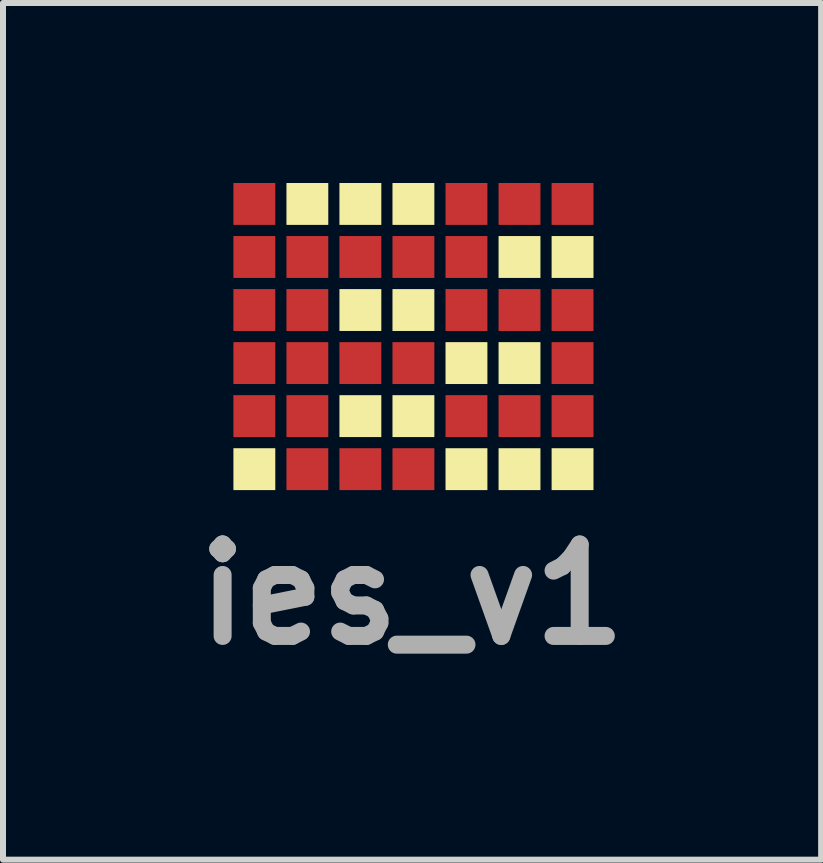
<source format=kicad_pcb>
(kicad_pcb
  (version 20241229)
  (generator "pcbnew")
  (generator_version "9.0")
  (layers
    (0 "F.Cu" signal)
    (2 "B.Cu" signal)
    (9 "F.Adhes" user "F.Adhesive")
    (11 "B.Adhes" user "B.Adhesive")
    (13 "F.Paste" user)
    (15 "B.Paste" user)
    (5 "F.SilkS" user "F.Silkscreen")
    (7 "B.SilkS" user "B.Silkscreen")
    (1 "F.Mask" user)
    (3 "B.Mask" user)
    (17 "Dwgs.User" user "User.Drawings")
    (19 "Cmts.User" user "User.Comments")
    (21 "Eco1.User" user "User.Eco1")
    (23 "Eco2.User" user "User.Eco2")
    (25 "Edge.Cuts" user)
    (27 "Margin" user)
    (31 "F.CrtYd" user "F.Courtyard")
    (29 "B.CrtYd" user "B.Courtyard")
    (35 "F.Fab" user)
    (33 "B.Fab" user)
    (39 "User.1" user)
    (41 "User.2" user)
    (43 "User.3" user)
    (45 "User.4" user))
  (footprint "ies_v1"
    (layer "F.Cu")
    (at 3.817 2.559)
    (property "Reference" "ies_v1" (at 0 4.3 0) (layer "F.Fab") (effects (font (size 1.524 1.524) (thickness 0.3))))
    (attr board_only exclude_from_pos_files exclude_from_bom)
    (fp_poly (pts (xy -2.279 -1.861) (xy -2.977 -1.861) (xy -2.977 -2.559) (xy -2.279 -2.559)) (stroke (width 0) (type solid)) (fill yes) (layer "F.Cu"))
    (fp_poly (pts (xy -2.279 -0.977) (xy -2.977 -0.977) (xy -2.977 -1.675) (xy -2.279 -1.675)) (stroke (width 0) (type solid)) (fill yes) (layer "F.Cu"))
    (fp_poly (pts (xy -2.279 -0.093) (xy -2.977 -0.093) (xy -2.977 -0.791) (xy -2.279 -0.791)) (stroke (width 0) (type solid)) (fill yes) (layer "F.Cu"))
    (fp_poly (pts (xy -2.279 0.791) (xy -2.977 0.791) (xy -2.977 0.093) (xy -2.279 0.093)) (stroke (width 0) (type solid)) (fill yes) (layer "F.Cu"))
    (fp_poly (pts (xy -2.279 1.675) (xy -2.977 1.675) (xy -2.977 0.977) (xy -2.279 0.977)) (stroke (width 0) (type solid)) (fill yes) (layer "F.Cu"))
    (fp_poly (pts (xy -1.396 -0.977) (xy -2.093 -0.977) (xy -2.093 -1.675) (xy -1.396 -1.675)) (stroke (width 0) (type solid)) (fill yes) (layer "F.Cu"))
    (fp_poly (pts (xy -1.396 -0.093) (xy -2.093 -0.093) (xy -2.093 -0.791) (xy -1.396 -0.791)) (stroke (width 0) (type solid)) (fill yes) (layer "F.Cu"))
    (fp_poly (pts (xy -1.396 0.791) (xy -2.093 0.791) (xy -2.093 0.093) (xy -1.396 0.093)) (stroke (width 0) (type solid)) (fill yes) (layer "F.Cu"))
    (fp_poly (pts (xy -1.396 1.675) (xy -2.093 1.675) (xy -2.093 0.977) (xy -1.396 0.977)) (stroke (width 0) (type solid)) (fill yes) (layer "F.Cu"))
    (fp_poly (pts (xy -1.396 2.559) (xy -2.093 2.559) (xy -2.093 1.861) (xy -1.396 1.861)) (stroke (width 0) (type solid)) (fill yes) (layer "F.Cu"))
    (fp_poly (pts (xy -0.512 -0.977) (xy -1.21 -0.977) (xy -1.21 -1.675) (xy -0.512 -1.675)) (stroke (width 0) (type solid)) (fill yes) (layer "F.Cu"))
    (fp_poly (pts (xy -0.512 0.791) (xy -1.21 0.791) (xy -1.21 0.093) (xy -0.512 0.093)) (stroke (width 0) (type solid)) (fill yes) (layer "F.Cu"))
    (fp_poly (pts (xy -0.512 2.559) (xy -1.21 2.559) (xy -1.21 1.861) (xy -0.512 1.861)) (stroke (width 0) (type solid)) (fill yes) (layer "F.Cu"))
    (fp_poly (pts (xy 0.372 -0.977) (xy -0.326 -0.977) (xy -0.326 -1.675) (xy 0.372 -1.675)) (stroke (width 0) (type solid)) (fill yes) (layer "F.Cu"))
    (fp_poly (pts (xy 0.372 0.791) (xy -0.326 0.791) (xy -0.326 0.093) (xy 0.372 0.093)) (stroke (width 0) (type solid)) (fill yes) (layer "F.Cu"))
    (fp_poly (pts (xy 0.372 2.559) (xy -0.326 2.559) (xy -0.326 1.861) (xy 0.372 1.861)) (stroke (width 0) (type solid)) (fill yes) (layer "F.Cu"))
    (fp_poly (pts (xy 1.256 -1.861) (xy 0.558 -1.861) (xy 0.558 -2.559) (xy 1.256 -2.559)) (stroke (width 0) (type solid)) (fill yes) (layer "F.Cu"))
    (fp_poly (pts (xy 1.256 -0.977) (xy 0.558 -0.977) (xy 0.558 -1.675) (xy 1.256 -1.675)) (stroke (width 0) (type solid)) (fill yes) (layer "F.Cu"))
    (fp_poly (pts (xy 1.256 -0.093) (xy 0.558 -0.093) (xy 0.558 -0.791) (xy 1.256 -0.791)) (stroke (width 0) (type solid)) (fill yes) (layer "F.Cu"))
    (fp_poly (pts (xy 1.256 1.675) (xy 0.558 1.675) (xy 0.558 0.977) (xy 1.256 0.977)) (stroke (width 0) (type solid)) (fill yes) (layer "F.Cu"))
    (fp_poly (pts (xy 2.14 -1.861) (xy 1.442 -1.861) (xy 1.442 -2.559) (xy 2.14 -2.559)) (stroke (width 0) (type solid)) (fill yes) (layer "F.Cu"))
    (fp_poly (pts (xy 2.14 -0.093) (xy 1.442 -0.093) (xy 1.442 -0.791) (xy 2.14 -0.791)) (stroke (width 0) (type solid)) (fill yes) (layer "F.Cu"))
    (fp_poly (pts (xy 2.14 1.675) (xy 1.442 1.675) (xy 1.442 0.977) (xy 2.14 0.977)) (stroke (width 0) (type solid)) (fill yes) (layer "F.Cu"))
    (fp_poly (pts (xy 3.024 -1.861) (xy 2.326 -1.861) (xy 2.326 -2.559) (xy 3.024 -2.559)) (stroke (width 0) (type solid)) (fill yes) (layer "F.Cu"))
    (fp_poly (pts (xy 3.024 -0.093) (xy 2.326 -0.093) (xy 2.326 -0.791) (xy 3.024 -0.791)) (stroke (width 0) (type solid)) (fill yes) (layer "F.Cu"))
    (fp_poly (pts (xy 3.024 0.791) (xy 2.326 0.791) (xy 2.326 0.093) (xy 3.024 0.093)) (stroke (width 0) (type solid)) (fill yes) (layer "F.Cu"))
    (fp_poly (pts (xy 3.024 1.675) (xy 2.326 1.675) (xy 2.326 0.977) (xy 3.024 0.977)) (stroke (width 0) (type solid)) (fill yes) (layer "F.Cu"))
    (fp_poly (pts (xy -2.279 -1.861) (xy -2.977 -1.861) (xy -2.977 -2.559) (xy -2.279 -2.559)) (stroke (width 0) (type solid)) (fill yes) (layer "F.Mask"))
    (fp_poly (pts (xy -2.279 -0.977) (xy -2.977 -0.977) (xy -2.977 -1.675) (xy -2.279 -1.675)) (stroke (width 0) (type solid)) (fill yes) (layer "F.Mask"))
    (fp_poly (pts (xy -2.279 -0.093) (xy -2.977 -0.093) (xy -2.977 -0.791) (xy -2.279 -0.791)) (stroke (width 0) (type solid)) (fill yes) (layer "F.Mask"))
    (fp_poly (pts (xy -2.279 0.791) (xy -2.977 0.791) (xy -2.977 0.093) (xy -2.279 0.093)) (stroke (width 0) (type solid)) (fill yes) (layer "F.Mask"))
    (fp_poly (pts (xy -2.279 1.675) (xy -2.977 1.675) (xy -2.977 0.977) (xy -2.279 0.977)) (stroke (width 0) (type solid)) (fill yes) (layer "F.Mask"))
    (fp_poly (pts (xy -1.396 -0.977) (xy -2.093 -0.977) (xy -2.093 -1.675) (xy -1.396 -1.675)) (stroke (width 0) (type solid)) (fill yes) (layer "F.Mask"))
    (fp_poly (pts (xy -1.396 -0.093) (xy -2.093 -0.093) (xy -2.093 -0.791) (xy -1.396 -0.791)) (stroke (width 0) (type solid)) (fill yes) (layer "F.Mask"))
    (fp_poly (pts (xy -1.396 0.791) (xy -2.093 0.791) (xy -2.093 0.093) (xy -1.396 0.093)) (stroke (width 0) (type solid)) (fill yes) (layer "F.Mask"))
    (fp_poly (pts (xy -1.396 1.675) (xy -2.093 1.675) (xy -2.093 0.977) (xy -1.396 0.977)) (stroke (width 0) (type solid)) (fill yes) (layer "F.Mask"))
    (fp_poly (pts (xy -1.396 2.559) (xy -2.093 2.559) (xy -2.093 1.861) (xy -1.396 1.861)) (stroke (width 0) (type solid)) (fill yes) (layer "F.Mask"))
    (fp_poly (pts (xy -0.512 -0.977) (xy -1.21 -0.977) (xy -1.21 -1.675) (xy -0.512 -1.675)) (stroke (width 0) (type solid)) (fill yes) (layer "F.Mask"))
    (fp_poly (pts (xy -0.512 0.791) (xy -1.21 0.791) (xy -1.21 0.093) (xy -0.512 0.093)) (stroke (width 0) (type solid)) (fill yes) (layer "F.Mask"))
    (fp_poly (pts (xy -0.512 2.559) (xy -1.21 2.559) (xy -1.21 1.861) (xy -0.512 1.861)) (stroke (width 0) (type solid)) (fill yes) (layer "F.Mask"))
    (fp_poly (pts (xy 0.372 -0.977) (xy -0.326 -0.977) (xy -0.326 -1.675) (xy 0.372 -1.675)) (stroke (width 0) (type solid)) (fill yes) (layer "F.Mask"))
    (fp_poly (pts (xy 0.372 0.791) (xy -0.326 0.791) (xy -0.326 0.093) (xy 0.372 0.093)) (stroke (width 0) (type solid)) (fill yes) (layer "F.Mask"))
    (fp_poly (pts (xy 0.372 2.559) (xy -0.326 2.559) (xy -0.326 1.861) (xy 0.372 1.861)) (stroke (width 0) (type solid)) (fill yes) (layer "F.Mask"))
    (fp_poly (pts (xy 1.256 -1.861) (xy 0.558 -1.861) (xy 0.558 -2.559) (xy 1.256 -2.559)) (stroke (width 0) (type solid)) (fill yes) (layer "F.Mask"))
    (fp_poly (pts (xy 1.256 -0.977) (xy 0.558 -0.977) (xy 0.558 -1.675) (xy 1.256 -1.675)) (stroke (width 0) (type solid)) (fill yes) (layer "F.Mask"))
    (fp_poly (pts (xy 1.256 -0.093) (xy 0.558 -0.093) (xy 0.558 -0.791) (xy 1.256 -0.791)) (stroke (width 0) (type solid)) (fill yes) (layer "F.Mask"))
    (fp_poly (pts (xy 1.256 1.675) (xy 0.558 1.675) (xy 0.558 0.977) (xy 1.256 0.977)) (stroke (width 0) (type solid)) (fill yes) (layer "F.Mask"))
    (fp_poly (pts (xy 2.14 -1.861) (xy 1.442 -1.861) (xy 1.442 -2.559) (xy 2.14 -2.559)) (stroke (width 0) (type solid)) (fill yes) (layer "F.Mask"))
    (fp_poly (pts (xy 2.14 -0.093) (xy 1.442 -0.093) (xy 1.442 -0.791) (xy 2.14 -0.791)) (stroke (width 0) (type solid)) (fill yes) (layer "F.Mask"))
    (fp_poly (pts (xy 2.14 1.675) (xy 1.442 1.675) (xy 1.442 0.977) (xy 2.14 0.977)) (stroke (width 0) (type solid)) (fill yes) (layer "F.Mask"))
    (fp_poly (pts (xy 3.024 -1.861) (xy 2.326 -1.861) (xy 2.326 -2.559) (xy 3.024 -2.559)) (stroke (width 0) (type solid)) (fill yes) (layer "F.Mask"))
    (fp_poly (pts (xy 3.024 -0.093) (xy 2.326 -0.093) (xy 2.326 -0.791) (xy 3.024 -0.791)) (stroke (width 0) (type solid)) (fill yes) (layer "F.Mask"))
    (fp_poly (pts (xy 3.024 0.791) (xy 2.326 0.791) (xy 2.326 0.093) (xy 3.024 0.093)) (stroke (width 0) (type solid)) (fill yes) (layer "F.Mask"))
    (fp_poly (pts (xy 3.024 1.675) (xy 2.326 1.675) (xy 2.326 0.977) (xy 3.024 0.977)) (stroke (width 0) (type solid)) (fill yes) (layer "F.Mask"))
    (fp_poly (pts (xy -2.279 2.559) (xy -2.977 2.559) (xy -2.977 1.861) (xy -2.279 1.861)) (stroke (width 0) (type solid)) (fill yes) (layer "F.SilkS"))
    (fp_poly (pts (xy -1.396 -1.861) (xy -2.093 -1.861) (xy -2.093 -1.954) (xy -2.093 -2.559) (xy -1.396 -2.559)) (stroke (width 0) (type solid)) (fill yes) (layer "F.SilkS"))
    (fp_poly (pts (xy -0.512 -1.861) (xy -1.21 -1.861) (xy -1.21 -1.954) (xy -1.21 -2.559) (xy -0.512 -2.559)) (stroke (width 0) (type solid)) (fill yes) (layer "F.SilkS"))
    (fp_poly (pts (xy -0.512 1.675) (xy -1.21 1.675) (xy -1.21 1.582) (xy -1.21 0.977) (xy -0.512 0.977)) (stroke (width 0) (type solid)) (fill yes) (layer "F.SilkS"))
    (fp_poly (pts (xy 0.372 -1.861) (xy -0.326 -1.861) (xy -0.326 -1.954) (xy -0.326 -2.559) (xy 0.372 -2.559)) (stroke (width 0) (type solid)) (fill yes) (layer "F.SilkS"))
    (fp_poly (pts (xy 0.372 1.675) (xy -0.326 1.675) (xy -0.326 1.582) (xy -0.326 0.977) (xy 0.372 0.977)) (stroke (width 0) (type solid)) (fill yes) (layer "F.SilkS"))
    (fp_poly (pts (xy 1.256 0.791) (xy 0.558 0.791) (xy 0.558 0.698) (xy 0.558 0.093) (xy 1.256 0.093)) (stroke (width 0) (type solid)) (fill yes) (layer "F.SilkS"))
    (fp_poly (pts (xy 1.256 2.559) (xy 0.558 2.559) (xy 0.558 2.466) (xy 0.558 1.861) (xy 1.256 1.861)) (stroke (width 0) (type solid)) (fill yes) (layer "F.SilkS"))
    (fp_poly (pts (xy 2.14 -0.977) (xy 1.442 -0.977) (xy 1.442 -1.07) (xy 1.442 -1.675) (xy 2.14 -1.675)) (stroke (width 0) (type solid)) (fill yes) (layer "F.SilkS"))
    (fp_poly (pts (xy 2.14 0.791) (xy 1.442 0.791) (xy 1.442 0.698) (xy 1.442 0.093) (xy 2.14 0.093)) (stroke (width 0) (type solid)) (fill yes) (layer "F.SilkS"))
    (fp_poly (pts (xy 2.14 2.559) (xy 1.442 2.559) (xy 1.442 2.466) (xy 1.442 1.861) (xy 2.14 1.861)) (stroke (width 0) (type solid)) (fill yes) (layer "F.SilkS"))
    (fp_poly (pts (xy 3.024 -0.977) (xy 2.326 -0.977) (xy 2.326 -1.07) (xy 2.326 -1.675) (xy 3.024 -1.675)) (stroke (width 0) (type solid)) (fill yes) (layer "F.SilkS"))
    (fp_poly (pts (xy 3.024 2.559) (xy 2.326 2.559) (xy 2.326 2.466) (xy 2.326 1.861) (xy 3.024 1.861)) (stroke (width 0) (type solid)) (fill yes) (layer "F.SilkS"))
    (fp_poly (pts (xy -0.512 -0.093) (xy -1.21 -0.093) (xy -1.21 -0.186) (xy -1.116 -0.698) (xy -1.116 -0.186) (xy -1.21 -0.186) (xy -1.21 -0.791) (xy -0.512 -0.791)) (stroke (width 0) (type solid)) (fill yes) (layer "F.SilkS"))
    (fp_poly (pts (xy 0.372 -0.093) (xy -0.326 -0.093) (xy -0.326 -0.186) (xy -0.233 -0.698) (xy -0.233 -0.186) (xy -0.326 -0.186) (xy -0.326 -0.791) (xy 0.372 -0.791)) (stroke (width 0) (type solid)) (fill yes) (layer "F.SilkS")))
  (gr_rect
    (start -3 -3)
    (end 10.635 11.277)
    (stroke (width 0.1) (type default))
    (fill no)
    (layer "Edge.Cuts")))
</source>
